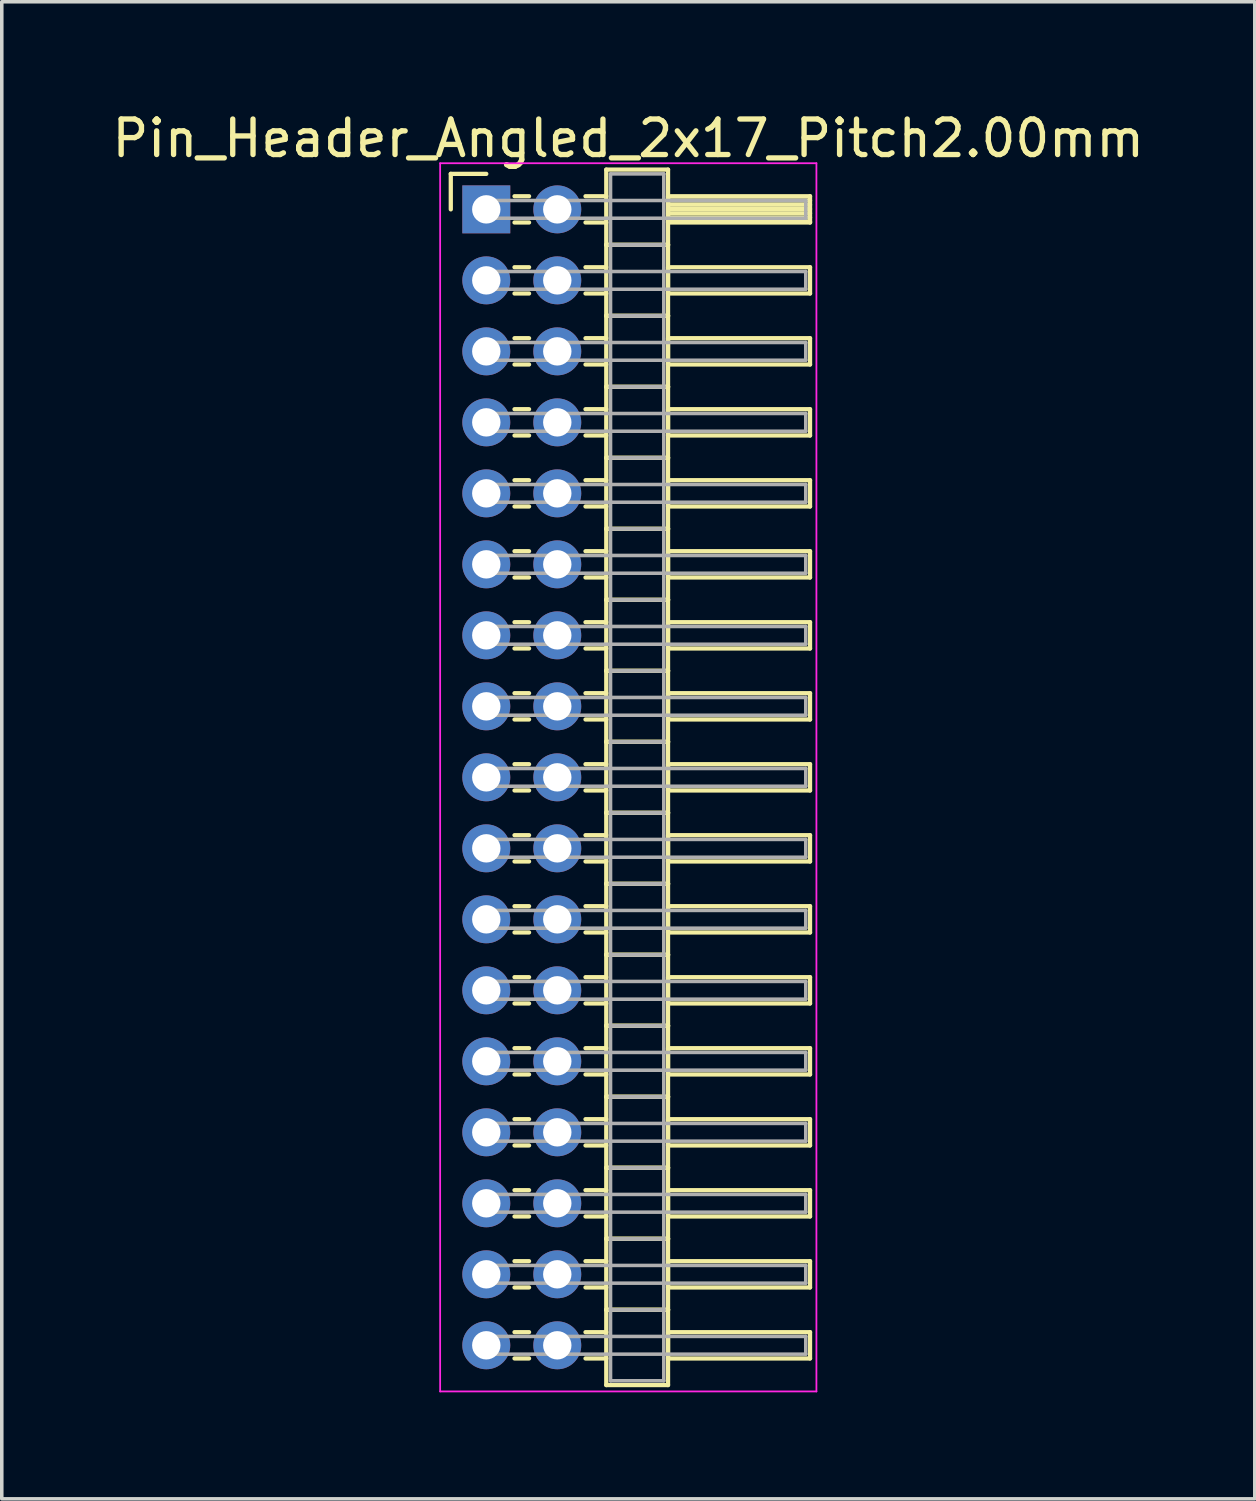
<source format=kicad_pcb>
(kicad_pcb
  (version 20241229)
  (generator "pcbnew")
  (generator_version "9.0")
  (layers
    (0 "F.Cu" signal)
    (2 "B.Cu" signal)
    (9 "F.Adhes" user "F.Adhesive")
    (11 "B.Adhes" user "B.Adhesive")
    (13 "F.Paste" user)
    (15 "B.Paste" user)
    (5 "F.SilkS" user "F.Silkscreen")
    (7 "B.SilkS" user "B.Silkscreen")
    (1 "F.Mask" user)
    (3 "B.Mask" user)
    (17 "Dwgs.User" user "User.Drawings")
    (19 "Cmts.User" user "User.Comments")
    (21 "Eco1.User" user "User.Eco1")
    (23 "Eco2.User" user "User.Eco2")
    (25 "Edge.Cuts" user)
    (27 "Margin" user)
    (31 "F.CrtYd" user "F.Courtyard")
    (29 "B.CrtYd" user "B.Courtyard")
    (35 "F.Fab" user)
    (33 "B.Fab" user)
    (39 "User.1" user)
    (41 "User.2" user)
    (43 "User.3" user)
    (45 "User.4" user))
  (footprint "Pin_Header_Angled_2x17_Pitch2.00mm"
    (layer "F.Cu")
    (at 10.649 2.848)
    (property "Reference" "Pin_Header_Angled_2x17_Pitch2.00mm" (at 4 -2 0) (layer "F.SilkS") (effects (font (size 1 1) (thickness 0.15))))
    (attr through_hole)
    (fp_line (start -1 -1) (end 0 -1) (stroke (width 0.12) (type solid)) (layer "F.SilkS"))
    (fp_line (start -1 0) (end -1 -1) (stroke (width 0.12) (type solid)) (layer "F.SilkS"))
    (fp_line (start 0.795 -0.37) (end 1.205 -0.37) (stroke (width 0.12) (type solid)) (layer "F.SilkS"))
    (fp_line (start 0.795 0.37) (end 1.205 0.37) (stroke (width 0.12) (type solid)) (layer "F.SilkS"))
    (fp_line (start 0.795 1.63) (end 1.205 1.63) (stroke (width 0.12) (type solid)) (layer "F.SilkS"))
    (fp_line (start 0.795 2.37) (end 1.205 2.37) (stroke (width 0.12) (type solid)) (layer "F.SilkS"))
    (fp_line (start 0.795 3.63) (end 1.205 3.63) (stroke (width 0.12) (type solid)) (layer "F.SilkS"))
    (fp_line (start 0.795 4.37) (end 1.205 4.37) (stroke (width 0.12) (type solid)) (layer "F.SilkS"))
    (fp_line (start 0.795 5.63) (end 1.205 5.63) (stroke (width 0.12) (type solid)) (layer "F.SilkS"))
    (fp_line (start 0.795 6.37) (end 1.205 6.37) (stroke (width 0.12) (type solid)) (layer "F.SilkS"))
    (fp_line (start 0.795 7.63) (end 1.205 7.63) (stroke (width 0.12) (type solid)) (layer "F.SilkS"))
    (fp_line (start 0.795 8.37) (end 1.205 8.37) (stroke (width 0.12) (type solid)) (layer "F.SilkS"))
    (fp_line (start 0.795 9.63) (end 1.205 9.63) (stroke (width 0.12) (type solid)) (layer "F.SilkS"))
    (fp_line (start 0.795 10.37) (end 1.205 10.37) (stroke (width 0.12) (type solid)) (layer "F.SilkS"))
    (fp_line (start 0.795 11.63) (end 1.205 11.63) (stroke (width 0.12) (type solid)) (layer "F.SilkS"))
    (fp_line (start 0.795 12.37) (end 1.205 12.37) (stroke (width 0.12) (type solid)) (layer "F.SilkS"))
    (fp_line (start 0.795 13.63) (end 1.205 13.63) (stroke (width 0.12) (type solid)) (layer "F.SilkS"))
    (fp_line (start 0.795 14.37) (end 1.205 14.37) (stroke (width 0.12) (type solid)) (layer "F.SilkS"))
    (fp_line (start 0.795 15.63) (end 1.205 15.63) (stroke (width 0.12) (type solid)) (layer "F.SilkS"))
    (fp_line (start 0.795 16.37) (end 1.205 16.37) (stroke (width 0.12) (type solid)) (layer "F.SilkS"))
    (fp_line (start 0.795 17.63) (end 1.205 17.63) (stroke (width 0.12) (type solid)) (layer "F.SilkS"))
    (fp_line (start 0.795 18.37) (end 1.205 18.37) (stroke (width 0.12) (type solid)) (layer "F.SilkS"))
    (fp_line (start 0.795 19.63) (end 1.205 19.63) (stroke (width 0.12) (type solid)) (layer "F.SilkS"))
    (fp_line (start 0.795 20.37) (end 1.205 20.37) (stroke (width 0.12) (type solid)) (layer "F.SilkS"))
    (fp_line (start 0.795 21.63) (end 1.205 21.63) (stroke (width 0.12) (type solid)) (layer "F.SilkS"))
    (fp_line (start 0.795 22.37) (end 1.205 22.37) (stroke (width 0.12) (type solid)) (layer "F.SilkS"))
    (fp_line (start 0.795 23.63) (end 1.205 23.63) (stroke (width 0.12) (type solid)) (layer "F.SilkS"))
    (fp_line (start 0.795 24.37) (end 1.205 24.37) (stroke (width 0.12) (type solid)) (layer "F.SilkS"))
    (fp_line (start 0.795 25.63) (end 1.205 25.63) (stroke (width 0.12) (type solid)) (layer "F.SilkS"))
    (fp_line (start 0.795 26.37) (end 1.205 26.37) (stroke (width 0.12) (type solid)) (layer "F.SilkS"))
    (fp_line (start 0.795 27.63) (end 1.205 27.63) (stroke (width 0.12) (type solid)) (layer "F.SilkS"))
    (fp_line (start 0.795 28.37) (end 1.205 28.37) (stroke (width 0.12) (type solid)) (layer "F.SilkS"))
    (fp_line (start 0.795 29.63) (end 1.205 29.63) (stroke (width 0.12) (type solid)) (layer "F.SilkS"))
    (fp_line (start 0.795 30.37) (end 1.205 30.37) (stroke (width 0.12) (type solid)) (layer "F.SilkS"))
    (fp_line (start 0.795 31.63) (end 1.205 31.63) (stroke (width 0.12) (type solid)) (layer "F.SilkS"))
    (fp_line (start 0.795 32.37) (end 1.205 32.37) (stroke (width 0.12) (type solid)) (layer "F.SilkS"))
    (fp_line (start 2.795 -0.37) (end 3.38 -0.37) (stroke (width 0.12) (type solid)) (layer "F.SilkS"))
    (fp_line (start 2.795 0.37) (end 3.38 0.37) (stroke (width 0.12) (type solid)) (layer "F.SilkS"))
    (fp_line (start 2.795 1.63) (end 3.38 1.63) (stroke (width 0.12) (type solid)) (layer "F.SilkS"))
    (fp_line (start 2.795 2.37) (end 3.38 2.37) (stroke (width 0.12) (type solid)) (layer "F.SilkS"))
    (fp_line (start 2.795 3.63) (end 3.38 3.63) (stroke (width 0.12) (type solid)) (layer "F.SilkS"))
    (fp_line (start 2.795 4.37) (end 3.38 4.37) (stroke (width 0.12) (type solid)) (layer "F.SilkS"))
    (fp_line (start 2.795 5.63) (end 3.38 5.63) (stroke (width 0.12) (type solid)) (layer "F.SilkS"))
    (fp_line (start 2.795 6.37) (end 3.38 6.37) (stroke (width 0.12) (type solid)) (layer "F.SilkS"))
    (fp_line (start 2.795 7.63) (end 3.38 7.63) (stroke (width 0.12) (type solid)) (layer "F.SilkS"))
    (fp_line (start 2.795 8.37) (end 3.38 8.37) (stroke (width 0.12) (type solid)) (layer "F.SilkS"))
    (fp_line (start 2.795 9.63) (end 3.38 9.63) (stroke (width 0.12) (type solid)) (layer "F.SilkS"))
    (fp_line (start 2.795 10.37) (end 3.38 10.37) (stroke (width 0.12) (type solid)) (layer "F.SilkS"))
    (fp_line (start 2.795 11.63) (end 3.38 11.63) (stroke (width 0.12) (type solid)) (layer "F.SilkS"))
    (fp_line (start 2.795 12.37) (end 3.38 12.37) (stroke (width 0.12) (type solid)) (layer "F.SilkS"))
    (fp_line (start 2.795 13.63) (end 3.38 13.63) (stroke (width 0.12) (type solid)) (layer "F.SilkS"))
    (fp_line (start 2.795 14.37) (end 3.38 14.37) (stroke (width 0.12) (type solid)) (layer "F.SilkS"))
    (fp_line (start 2.795 15.63) (end 3.38 15.63) (stroke (width 0.12) (type solid)) (layer "F.SilkS"))
    (fp_line (start 2.795 16.37) (end 3.38 16.37) (stroke (width 0.12) (type solid)) (layer "F.SilkS"))
    (fp_line (start 2.795 17.63) (end 3.38 17.63) (stroke (width 0.12) (type solid)) (layer "F.SilkS"))
    (fp_line (start 2.795 18.37) (end 3.38 18.37) (stroke (width 0.12) (type solid)) (layer "F.SilkS"))
    (fp_line (start 2.795 19.63) (end 3.38 19.63) (stroke (width 0.12) (type solid)) (layer "F.SilkS"))
    (fp_line (start 2.795 20.37) (end 3.38 20.37) (stroke (width 0.12) (type solid)) (layer "F.SilkS"))
    (fp_line (start 2.795 21.63) (end 3.38 21.63) (stroke (width 0.12) (type solid)) (layer "F.SilkS"))
    (fp_line (start 2.795 22.37) (end 3.38 22.37) (stroke (width 0.12) (type solid)) (layer "F.SilkS"))
    (fp_line (start 2.795 23.63) (end 3.38 23.63) (stroke (width 0.12) (type solid)) (layer "F.SilkS"))
    (fp_line (start 2.795 24.37) (end 3.38 24.37) (stroke (width 0.12) (type solid)) (layer "F.SilkS"))
    (fp_line (start 2.795 25.63) (end 3.38 25.63) (stroke (width 0.12) (type solid)) (layer "F.SilkS"))
    (fp_line (start 2.795 26.37) (end 3.38 26.37) (stroke (width 0.12) (type solid)) (layer "F.SilkS"))
    (fp_line (start 2.795 27.63) (end 3.38 27.63) (stroke (width 0.12) (type solid)) (layer "F.SilkS"))
    (fp_line (start 2.795 28.37) (end 3.38 28.37) (stroke (width 0.12) (type solid)) (layer "F.SilkS"))
    (fp_line (start 2.795 29.63) (end 3.38 29.63) (stroke (width 0.12) (type solid)) (layer "F.SilkS"))
    (fp_line (start 2.795 30.37) (end 3.38 30.37) (stroke (width 0.12) (type solid)) (layer "F.SilkS"))
    (fp_line (start 2.795 31.63) (end 3.38 31.63) (stroke (width 0.12) (type solid)) (layer "F.SilkS"))
    (fp_line (start 2.795 32.37) (end 3.38 32.37) (stroke (width 0.12) (type solid)) (layer "F.SilkS"))
    (fp_line (start 3.38 -1.12) (end 3.38 1) (stroke (width 0.12) (type solid)) (layer "F.SilkS"))
    (fp_line (start 3.38 1) (end 3.38 3) (stroke (width 0.12) (type solid)) (layer "F.SilkS"))
    (fp_line (start 3.38 1) (end 5.12 1) (stroke (width 0.12) (type solid)) (layer "F.SilkS"))
    (fp_line (start 3.38 3) (end 3.38 5) (stroke (width 0.12) (type solid)) (layer "F.SilkS"))
    (fp_line (start 3.38 3) (end 5.12 3) (stroke (width 0.12) (type solid)) (layer "F.SilkS"))
    (fp_line (start 3.38 5) (end 3.38 7) (stroke (width 0.12) (type solid)) (layer "F.SilkS"))
    (fp_line (start 3.38 5) (end 5.12 5) (stroke (width 0.12) (type solid)) (layer "F.SilkS"))
    (fp_line (start 3.38 7) (end 3.38 9) (stroke (width 0.12) (type solid)) (layer "F.SilkS"))
    (fp_line (start 3.38 7) (end 5.12 7) (stroke (width 0.12) (type solid)) (layer "F.SilkS"))
    (fp_line (start 3.38 9) (end 3.38 11) (stroke (width 0.12) (type solid)) (layer "F.SilkS"))
    (fp_line (start 3.38 9) (end 5.12 9) (stroke (width 0.12) (type solid)) (layer "F.SilkS"))
    (fp_line (start 3.38 11) (end 3.38 13) (stroke (width 0.12) (type solid)) (layer "F.SilkS"))
    (fp_line (start 3.38 11) (end 5.12 11) (stroke (width 0.12) (type solid)) (layer "F.SilkS"))
    (fp_line (start 3.38 13) (end 3.38 15) (stroke (width 0.12) (type solid)) (layer "F.SilkS"))
    (fp_line (start 3.38 13) (end 5.12 13) (stroke (width 0.12) (type solid)) (layer "F.SilkS"))
    (fp_line (start 3.38 15) (end 3.38 17) (stroke (width 0.12) (type solid)) (layer "F.SilkS"))
    (fp_line (start 3.38 15) (end 5.12 15) (stroke (width 0.12) (type solid)) (layer "F.SilkS"))
    (fp_line (start 3.38 17) (end 3.38 19) (stroke (width 0.12) (type solid)) (layer "F.SilkS"))
    (fp_line (start 3.38 17) (end 5.12 17) (stroke (width 0.12) (type solid)) (layer "F.SilkS"))
    (fp_line (start 3.38 19) (end 3.38 21) (stroke (width 0.12) (type solid)) (layer "F.SilkS"))
    (fp_line (start 3.38 19) (end 5.12 19) (stroke (width 0.12) (type solid)) (layer "F.SilkS"))
    (fp_line (start 3.38 21) (end 3.38 23) (stroke (width 0.12) (type solid)) (layer "F.SilkS"))
    (fp_line (start 3.38 21) (end 5.12 21) (stroke (width 0.12) (type solid)) (layer "F.SilkS"))
    (fp_line (start 3.38 23) (end 3.38 25) (stroke (width 0.12) (type solid)) (layer "F.SilkS"))
    (fp_line (start 3.38 23) (end 5.12 23) (stroke (width 0.12) (type solid)) (layer "F.SilkS"))
    (fp_line (start 3.38 25) (end 3.38 27) (stroke (width 0.12) (type solid)) (layer "F.SilkS"))
    (fp_line (start 3.38 25) (end 5.12 25) (stroke (width 0.12) (type solid)) (layer "F.SilkS"))
    (fp_line (start 3.38 27) (end 3.38 29) (stroke (width 0.12) (type solid)) (layer "F.SilkS"))
    (fp_line (start 3.38 27) (end 5.12 27) (stroke (width 0.12) (type solid)) (layer "F.SilkS"))
    (fp_line (start 3.38 29) (end 3.38 31) (stroke (width 0.12) (type solid)) (layer "F.SilkS"))
    (fp_line (start 3.38 29) (end 5.12 29) (stroke (width 0.12) (type solid)) (layer "F.SilkS"))
    (fp_line (start 3.38 31) (end 3.38 33.12) (stroke (width 0.12) (type solid)) (layer "F.SilkS"))
    (fp_line (start 3.38 31) (end 5.12 31) (stroke (width 0.12) (type solid)) (layer "F.SilkS"))
    (fp_line (start 3.38 33.12) (end 5.12 33.12) (stroke (width 0.12) (type solid)) (layer "F.SilkS"))
    (fp_line (start 5.12 -1.12) (end 3.38 -1.12) (stroke (width 0.12) (type solid)) (layer "F.SilkS"))
    (fp_line (start 5.12 -0.37) (end 5.12 0.37) (stroke (width 0.12) (type solid)) (layer "F.SilkS"))
    (fp_line (start 5.12 -0.25) (end 9.12 -0.25) (stroke (width 0.12) (type solid)) (layer "F.SilkS"))
    (fp_line (start 5.12 -0.13) (end 9.12 -0.13) (stroke (width 0.12) (type solid)) (layer "F.SilkS"))
    (fp_line (start 5.12 -0.01) (end 9.12 -0.01) (stroke (width 0.12) (type solid)) (layer "F.SilkS"))
    (fp_line (start 5.12 0.11) (end 9.12 0.11) (stroke (width 0.12) (type solid)) (layer "F.SilkS"))
    (fp_line (start 5.12 0.23) (end 9.12 0.23) (stroke (width 0.12) (type solid)) (layer "F.SilkS"))
    (fp_line (start 5.12 0.35) (end 9.12 0.35) (stroke (width 0.12) (type solid)) (layer "F.SilkS"))
    (fp_line (start 5.12 0.37) (end 9.12 0.37) (stroke (width 0.12) (type solid)) (layer "F.SilkS"))
    (fp_line (start 5.12 1) (end 3.38 1) (stroke (width 0.12) (type solid)) (layer "F.SilkS"))
    (fp_line (start 5.12 1) (end 5.12 -1.12) (stroke (width 0.12) (type solid)) (layer "F.SilkS"))
    (fp_line (start 5.12 1.63) (end 5.12 2.37) (stroke (width 0.12) (type solid)) (layer "F.SilkS"))
    (fp_line (start 5.12 2.37) (end 9.12 2.37) (stroke (width 0.12) (type solid)) (layer "F.SilkS"))
    (fp_line (start 5.12 3) (end 3.38 3) (stroke (width 0.12) (type solid)) (layer "F.SilkS"))
    (fp_line (start 5.12 3) (end 5.12 1) (stroke (width 0.12) (type solid)) (layer "F.SilkS"))
    (fp_line (start 5.12 3.63) (end 5.12 4.37) (stroke (width 0.12) (type solid)) (layer "F.SilkS"))
    (fp_line (start 5.12 4.37) (end 9.12 4.37) (stroke (width 0.12) (type solid)) (layer "F.SilkS"))
    (fp_line (start 5.12 5) (end 3.38 5) (stroke (width 0.12) (type solid)) (layer "F.SilkS"))
    (fp_line (start 5.12 5) (end 5.12 3) (stroke (width 0.12) (type solid)) (layer "F.SilkS"))
    (fp_line (start 5.12 5.63) (end 5.12 6.37) (stroke (width 0.12) (type solid)) (layer "F.SilkS"))
    (fp_line (start 5.12 6.37) (end 9.12 6.37) (stroke (width 0.12) (type solid)) (layer "F.SilkS"))
    (fp_line (start 5.12 7) (end 3.38 7) (stroke (width 0.12) (type solid)) (layer "F.SilkS"))
    (fp_line (start 5.12 7) (end 5.12 5) (stroke (width 0.12) (type solid)) (layer "F.SilkS"))
    (fp_line (start 5.12 7.63) (end 5.12 8.37) (stroke (width 0.12) (type solid)) (layer "F.SilkS"))
    (fp_line (start 5.12 8.37) (end 9.12 8.37) (stroke (width 0.12) (type solid)) (layer "F.SilkS"))
    (fp_line (start 5.12 9) (end 3.38 9) (stroke (width 0.12) (type solid)) (layer "F.SilkS"))
    (fp_line (start 5.12 9) (end 5.12 7) (stroke (width 0.12) (type solid)) (layer "F.SilkS"))
    (fp_line (start 5.12 9.63) (end 5.12 10.37) (stroke (width 0.12) (type solid)) (layer "F.SilkS"))
    (fp_line (start 5.12 10.37) (end 9.12 10.37) (stroke (width 0.12) (type solid)) (layer "F.SilkS"))
    (fp_line (start 5.12 11) (end 3.38 11) (stroke (width 0.12) (type solid)) (layer "F.SilkS"))
    (fp_line (start 5.12 11) (end 5.12 9) (stroke (width 0.12) (type solid)) (layer "F.SilkS"))
    (fp_line (start 5.12 11.63) (end 5.12 12.37) (stroke (width 0.12) (type solid)) (layer "F.SilkS"))
    (fp_line (start 5.12 12.37) (end 9.12 12.37) (stroke (width 0.12) (type solid)) (layer "F.SilkS"))
    (fp_line (start 5.12 13) (end 3.38 13) (stroke (width 0.12) (type solid)) (layer "F.SilkS"))
    (fp_line (start 5.12 13) (end 5.12 11) (stroke (width 0.12) (type solid)) (layer "F.SilkS"))
    (fp_line (start 5.12 13.63) (end 5.12 14.37) (stroke (width 0.12) (type solid)) (layer "F.SilkS"))
    (fp_line (start 5.12 14.37) (end 9.12 14.37) (stroke (width 0.12) (type solid)) (layer "F.SilkS"))
    (fp_line (start 5.12 15) (end 3.38 15) (stroke (width 0.12) (type solid)) (layer "F.SilkS"))
    (fp_line (start 5.12 15) (end 5.12 13) (stroke (width 0.12) (type solid)) (layer "F.SilkS"))
    (fp_line (start 5.12 15.63) (end 5.12 16.37) (stroke (width 0.12) (type solid)) (layer "F.SilkS"))
    (fp_line (start 5.12 16.37) (end 9.12 16.37) (stroke (width 0.12) (type solid)) (layer "F.SilkS"))
    (fp_line (start 5.12 17) (end 3.38 17) (stroke (width 0.12) (type solid)) (layer "F.SilkS"))
    (fp_line (start 5.12 17) (end 5.12 15) (stroke (width 0.12) (type solid)) (layer "F.SilkS"))
    (fp_line (start 5.12 17.63) (end 5.12 18.37) (stroke (width 0.12) (type solid)) (layer "F.SilkS"))
    (fp_line (start 5.12 18.37) (end 9.12 18.37) (stroke (width 0.12) (type solid)) (layer "F.SilkS"))
    (fp_line (start 5.12 19) (end 3.38 19) (stroke (width 0.12) (type solid)) (layer "F.SilkS"))
    (fp_line (start 5.12 19) (end 5.12 17) (stroke (width 0.12) (type solid)) (layer "F.SilkS"))
    (fp_line (start 5.12 19.63) (end 5.12 20.37) (stroke (width 0.12) (type solid)) (layer "F.SilkS"))
    (fp_line (start 5.12 20.37) (end 9.12 20.37) (stroke (width 0.12) (type solid)) (layer "F.SilkS"))
    (fp_line (start 5.12 21) (end 3.38 21) (stroke (width 0.12) (type solid)) (layer "F.SilkS"))
    (fp_line (start 5.12 21) (end 5.12 19) (stroke (width 0.12) (type solid)) (layer "F.SilkS"))
    (fp_line (start 5.12 21.63) (end 5.12 22.37) (stroke (width 0.12) (type solid)) (layer "F.SilkS"))
    (fp_line (start 5.12 22.37) (end 9.12 22.37) (stroke (width 0.12) (type solid)) (layer "F.SilkS"))
    (fp_line (start 5.12 23) (end 3.38 23) (stroke (width 0.12) (type solid)) (layer "F.SilkS"))
    (fp_line (start 5.12 23) (end 5.12 21) (stroke (width 0.12) (type solid)) (layer "F.SilkS"))
    (fp_line (start 5.12 23.63) (end 5.12 24.37) (stroke (width 0.12) (type solid)) (layer "F.SilkS"))
    (fp_line (start 5.12 24.37) (end 9.12 24.37) (stroke (width 0.12) (type solid)) (layer "F.SilkS"))
    (fp_line (start 5.12 25) (end 3.38 25) (stroke (width 0.12) (type solid)) (layer "F.SilkS"))
    (fp_line (start 5.12 25) (end 5.12 23) (stroke (width 0.12) (type solid)) (layer "F.SilkS"))
    (fp_line (start 5.12 25.63) (end 5.12 26.37) (stroke (width 0.12) (type solid)) (layer "F.SilkS"))
    (fp_line (start 5.12 26.37) (end 9.12 26.37) (stroke (width 0.12) (type solid)) (layer "F.SilkS"))
    (fp_line (start 5.12 27) (end 3.38 27) (stroke (width 0.12) (type solid)) (layer "F.SilkS"))
    (fp_line (start 5.12 27) (end 5.12 25) (stroke (width 0.12) (type solid)) (layer "F.SilkS"))
    (fp_line (start 5.12 27.63) (end 5.12 28.37) (stroke (width 0.12) (type solid)) (layer "F.SilkS"))
    (fp_line (start 5.12 28.37) (end 9.12 28.37) (stroke (width 0.12) (type solid)) (layer "F.SilkS"))
    (fp_line (start 5.12 29) (end 3.38 29) (stroke (width 0.12) (type solid)) (layer "F.SilkS"))
    (fp_line (start 5.12 29) (end 5.12 27) (stroke (width 0.12) (type solid)) (layer "F.SilkS"))
    (fp_line (start 5.12 29.63) (end 5.12 30.37) (stroke (width 0.12) (type solid)) (layer "F.SilkS"))
    (fp_line (start 5.12 30.37) (end 9.12 30.37) (stroke (width 0.12) (type solid)) (layer "F.SilkS"))
    (fp_line (start 5.12 31) (end 3.38 31) (stroke (width 0.12) (type solid)) (layer "F.SilkS"))
    (fp_line (start 5.12 31) (end 5.12 29) (stroke (width 0.12) (type solid)) (layer "F.SilkS"))
    (fp_line (start 5.12 31.63) (end 5.12 32.37) (stroke (width 0.12) (type solid)) (layer "F.SilkS"))
    (fp_line (start 5.12 32.37) (end 9.12 32.37) (stroke (width 0.12) (type solid)) (layer "F.SilkS"))
    (fp_line (start 5.12 33.12) (end 5.12 31) (stroke (width 0.12) (type solid)) (layer "F.SilkS"))
    (fp_line (start 9.12 -0.37) (end 5.12 -0.37) (stroke (width 0.12) (type solid)) (layer "F.SilkS"))
    (fp_line (start 9.12 0.37) (end 9.12 -0.37) (stroke (width 0.12) (type solid)) (layer "F.SilkS"))
    (fp_line (start 9.12 1.63) (end 5.12 1.63) (stroke (width 0.12) (type solid)) (layer "F.SilkS"))
    (fp_line (start 9.12 2.37) (end 9.12 1.63) (stroke (width 0.12) (type solid)) (layer "F.SilkS"))
    (fp_line (start 9.12 3.63) (end 5.12 3.63) (stroke (width 0.12) (type solid)) (layer "F.SilkS"))
    (fp_line (start 9.12 4.37) (end 9.12 3.63) (stroke (width 0.12) (type solid)) (layer "F.SilkS"))
    (fp_line (start 9.12 5.63) (end 5.12 5.63) (stroke (width 0.12) (type solid)) (layer "F.SilkS"))
    (fp_line (start 9.12 6.37) (end 9.12 5.63) (stroke (width 0.12) (type solid)) (layer "F.SilkS"))
    (fp_line (start 9.12 7.63) (end 5.12 7.63) (stroke (width 0.12) (type solid)) (layer "F.SilkS"))
    (fp_line (start 9.12 8.37) (end 9.12 7.63) (stroke (width 0.12) (type solid)) (layer "F.SilkS"))
    (fp_line (start 9.12 9.63) (end 5.12 9.63) (stroke (width 0.12) (type solid)) (layer "F.SilkS"))
    (fp_line (start 9.12 10.37) (end 9.12 9.63) (stroke (width 0.12) (type solid)) (layer "F.SilkS"))
    (fp_line (start 9.12 11.63) (end 5.12 11.63) (stroke (width 0.12) (type solid)) (layer "F.SilkS"))
    (fp_line (start 9.12 12.37) (end 9.12 11.63) (stroke (width 0.12) (type solid)) (layer "F.SilkS"))
    (fp_line (start 9.12 13.63) (end 5.12 13.63) (stroke (width 0.12) (type solid)) (layer "F.SilkS"))
    (fp_line (start 9.12 14.37) (end 9.12 13.63) (stroke (width 0.12) (type solid)) (layer "F.SilkS"))
    (fp_line (start 9.12 15.63) (end 5.12 15.63) (stroke (width 0.12) (type solid)) (layer "F.SilkS"))
    (fp_line (start 9.12 16.37) (end 9.12 15.63) (stroke (width 0.12) (type solid)) (layer "F.SilkS"))
    (fp_line (start 9.12 17.63) (end 5.12 17.63) (stroke (width 0.12) (type solid)) (layer "F.SilkS"))
    (fp_line (start 9.12 18.37) (end 9.12 17.63) (stroke (width 0.12) (type solid)) (layer "F.SilkS"))
    (fp_line (start 9.12 19.63) (end 5.12 19.63) (stroke (width 0.12) (type solid)) (layer "F.SilkS"))
    (fp_line (start 9.12 20.37) (end 9.12 19.63) (stroke (width 0.12) (type solid)) (layer "F.SilkS"))
    (fp_line (start 9.12 21.63) (end 5.12 21.63) (stroke (width 0.12) (type solid)) (layer "F.SilkS"))
    (fp_line (start 9.12 22.37) (end 9.12 21.63) (stroke (width 0.12) (type solid)) (layer "F.SilkS"))
    (fp_line (start 9.12 23.63) (end 5.12 23.63) (stroke (width 0.12) (type solid)) (layer "F.SilkS"))
    (fp_line (start 9.12 24.37) (end 9.12 23.63) (stroke (width 0.12) (type solid)) (layer "F.SilkS"))
    (fp_line (start 9.12 25.63) (end 5.12 25.63) (stroke (width 0.12) (type solid)) (layer "F.SilkS"))
    (fp_line (start 9.12 26.37) (end 9.12 25.63) (stroke (width 0.12) (type solid)) (layer "F.SilkS"))
    (fp_line (start 9.12 27.63) (end 5.12 27.63) (stroke (width 0.12) (type solid)) (layer "F.SilkS"))
    (fp_line (start 9.12 28.37) (end 9.12 27.63) (stroke (width 0.12) (type solid)) (layer "F.SilkS"))
    (fp_line (start 9.12 29.63) (end 5.12 29.63) (stroke (width 0.12) (type solid)) (layer "F.SilkS"))
    (fp_line (start 9.12 30.37) (end 9.12 29.63) (stroke (width 0.12) (type solid)) (layer "F.SilkS"))
    (fp_line (start 9.12 31.63) (end 5.12 31.63) (stroke (width 0.12) (type solid)) (layer "F.SilkS"))
    (fp_line (start 9.12 32.37) (end 9.12 31.63) (stroke (width 0.12) (type solid)) (layer "F.SilkS"))
    (fp_line (start -1.3 -1.3) (end -1.3 33.3) (stroke (width 0.05) (type solid)) (layer "F.CrtYd"))
    (fp_line (start -1.3 33.3) (end 9.3 33.3) (stroke (width 0.05) (type solid)) (layer "F.CrtYd"))
    (fp_line (start 9.3 -1.3) (end -1.3 -1.3) (stroke (width 0.05) (type solid)) (layer "F.CrtYd"))
    (fp_line (start 9.3 33.3) (end 9.3 -1.3) (stroke (width 0.05) (type solid)) (layer "F.CrtYd"))
    (fp_line (start 0 -0.25) (end 0 0.25) (stroke (width 0.1) (type solid)) (layer "F.Fab"))
    (fp_line (start 0 0.25) (end 9 0.25) (stroke (width 0.1) (type solid)) (layer "F.Fab"))
    (fp_line (start 0 1.75) (end 0 2.25) (stroke (width 0.1) (type solid)) (layer "F.Fab"))
    (fp_line (start 0 2.25) (end 9 2.25) (stroke (width 0.1) (type solid)) (layer "F.Fab"))
    (fp_line (start 0 3.75) (end 0 4.25) (stroke (width 0.1) (type solid)) (layer "F.Fab"))
    (fp_line (start 0 4.25) (end 9 4.25) (stroke (width 0.1) (type solid)) (layer "F.Fab"))
    (fp_line (start 0 5.75) (end 0 6.25) (stroke (width 0.1) (type solid)) (layer "F.Fab"))
    (fp_line (start 0 6.25) (end 9 6.25) (stroke (width 0.1) (type solid)) (layer "F.Fab"))
    (fp_line (start 0 7.75) (end 0 8.25) (stroke (width 0.1) (type solid)) (layer "F.Fab"))
    (fp_line (start 0 8.25) (end 9 8.25) (stroke (width 0.1) (type solid)) (layer "F.Fab"))
    (fp_line (start 0 9.75) (end 0 10.25) (stroke (width 0.1) (type solid)) (layer "F.Fab"))
    (fp_line (start 0 10.25) (end 9 10.25) (stroke (width 0.1) (type solid)) (layer "F.Fab"))
    (fp_line (start 0 11.75) (end 0 12.25) (stroke (width 0.1) (type solid)) (layer "F.Fab"))
    (fp_line (start 0 12.25) (end 9 12.25) (stroke (width 0.1) (type solid)) (layer "F.Fab"))
    (fp_line (start 0 13.75) (end 0 14.25) (stroke (width 0.1) (type solid)) (layer "F.Fab"))
    (fp_line (start 0 14.25) (end 9 14.25) (stroke (width 0.1) (type solid)) (layer "F.Fab"))
    (fp_line (start 0 15.75) (end 0 16.25) (stroke (width 0.1) (type solid)) (layer "F.Fab"))
    (fp_line (start 0 16.25) (end 9 16.25) (stroke (width 0.1) (type solid)) (layer "F.Fab"))
    (fp_line (start 0 17.75) (end 0 18.25) (stroke (width 0.1) (type solid)) (layer "F.Fab"))
    (fp_line (start 0 18.25) (end 9 18.25) (stroke (width 0.1) (type solid)) (layer "F.Fab"))
    (fp_line (start 0 19.75) (end 0 20.25) (stroke (width 0.1) (type solid)) (layer "F.Fab"))
    (fp_line (start 0 20.25) (end 9 20.25) (stroke (width 0.1) (type solid)) (layer "F.Fab"))
    (fp_line (start 0 21.75) (end 0 22.25) (stroke (width 0.1) (type solid)) (layer "F.Fab"))
    (fp_line (start 0 22.25) (end 9 22.25) (stroke (width 0.1) (type solid)) (layer "F.Fab"))
    (fp_line (start 0 23.75) (end 0 24.25) (stroke (width 0.1) (type solid)) (layer "F.Fab"))
    (fp_line (start 0 24.25) (end 9 24.25) (stroke (width 0.1) (type solid)) (layer "F.Fab"))
    (fp_line (start 0 25.75) (end 0 26.25) (stroke (width 0.1) (type solid)) (layer "F.Fab"))
    (fp_line (start 0 26.25) (end 9 26.25) (stroke (width 0.1) (type solid)) (layer "F.Fab"))
    (fp_line (start 0 27.75) (end 0 28.25) (stroke (width 0.1) (type solid)) (layer "F.Fab"))
    (fp_line (start 0 28.25) (end 9 28.25) (stroke (width 0.1) (type solid)) (layer "F.Fab"))
    (fp_line (start 0 29.75) (end 0 30.25) (stroke (width 0.1) (type solid)) (layer "F.Fab"))
    (fp_line (start 0 30.25) (end 9 30.25) (stroke (width 0.1) (type solid)) (layer "F.Fab"))
    (fp_line (start 0 31.75) (end 0 32.25) (stroke (width 0.1) (type solid)) (layer "F.Fab"))
    (fp_line (start 0 32.25) (end 9 32.25) (stroke (width 0.1) (type solid)) (layer "F.Fab"))
    (fp_line (start 3.5 -1) (end 3.5 1) (stroke (width 0.1) (type solid)) (layer "F.Fab"))
    (fp_line (start 3.5 1) (end 3.5 3) (stroke (width 0.1) (type solid)) (layer "F.Fab"))
    (fp_line (start 3.5 1) (end 5 1) (stroke (width 0.1) (type solid)) (layer "F.Fab"))
    (fp_line (start 3.5 3) (end 3.5 5) (stroke (width 0.1) (type solid)) (layer "F.Fab"))
    (fp_line (start 3.5 3) (end 5 3) (stroke (width 0.1) (type solid)) (layer "F.Fab"))
    (fp_line (start 3.5 5) (end 3.5 7) (stroke (width 0.1) (type solid)) (layer "F.Fab"))
    (fp_line (start 3.5 5) (end 5 5) (stroke (width 0.1) (type solid)) (layer "F.Fab"))
    (fp_line (start 3.5 7) (end 3.5 9) (stroke (width 0.1) (type solid)) (layer "F.Fab"))
    (fp_line (start 3.5 7) (end 5 7) (stroke (width 0.1) (type solid)) (layer "F.Fab"))
    (fp_line (start 3.5 9) (end 3.5 11) (stroke (width 0.1) (type solid)) (layer "F.Fab"))
    (fp_line (start 3.5 9) (end 5 9) (stroke (width 0.1) (type solid)) (layer "F.Fab"))
    (fp_line (start 3.5 11) (end 3.5 13) (stroke (width 0.1) (type solid)) (layer "F.Fab"))
    (fp_line (start 3.5 11) (end 5 11) (stroke (width 0.1) (type solid)) (layer "F.Fab"))
    (fp_line (start 3.5 13) (end 3.5 15) (stroke (width 0.1) (type solid)) (layer "F.Fab"))
    (fp_line (start 3.5 13) (end 5 13) (stroke (width 0.1) (type solid)) (layer "F.Fab"))
    (fp_line (start 3.5 15) (end 3.5 17) (stroke (width 0.1) (type solid)) (layer "F.Fab"))
    (fp_line (start 3.5 15) (end 5 15) (stroke (width 0.1) (type solid)) (layer "F.Fab"))
    (fp_line (start 3.5 17) (end 3.5 19) (stroke (width 0.1) (type solid)) (layer "F.Fab"))
    (fp_line (start 3.5 17) (end 5 17) (stroke (width 0.1) (type solid)) (layer "F.Fab"))
    (fp_line (start 3.5 19) (end 3.5 21) (stroke (width 0.1) (type solid)) (layer "F.Fab"))
    (fp_line (start 3.5 19) (end 5 19) (stroke (width 0.1) (type solid)) (layer "F.Fab"))
    (fp_line (start 3.5 21) (end 3.5 23) (stroke (width 0.1) (type solid)) (layer "F.Fab"))
    (fp_line (start 3.5 21) (end 5 21) (stroke (width 0.1) (type solid)) (layer "F.Fab"))
    (fp_line (start 3.5 23) (end 3.5 25) (stroke (width 0.1) (type solid)) (layer "F.Fab"))
    (fp_line (start 3.5 23) (end 5 23) (stroke (width 0.1) (type solid)) (layer "F.Fab"))
    (fp_line (start 3.5 25) (end 3.5 27) (stroke (width 0.1) (type solid)) (layer "F.Fab"))
    (fp_line (start 3.5 25) (end 5 25) (stroke (width 0.1) (type solid)) (layer "F.Fab"))
    (fp_line (start 3.5 27) (end 3.5 29) (stroke (width 0.1) (type solid)) (layer "F.Fab"))
    (fp_line (start 3.5 27) (end 5 27) (stroke (width 0.1) (type solid)) (layer "F.Fab"))
    (fp_line (start 3.5 29) (end 3.5 31) (stroke (width 0.1) (type solid)) (layer "F.Fab"))
    (fp_line (start 3.5 29) (end 5 29) (stroke (width 0.1) (type solid)) (layer "F.Fab"))
    (fp_line (start 3.5 31) (end 3.5 33) (stroke (width 0.1) (type solid)) (layer "F.Fab"))
    (fp_line (start 3.5 31) (end 5 31) (stroke (width 0.1) (type solid)) (layer "F.Fab"))
    (fp_line (start 3.5 33) (end 5 33) (stroke (width 0.1) (type solid)) (layer "F.Fab"))
    (fp_line (start 5 -1) (end 3.5 -1) (stroke (width 0.1) (type solid)) (layer "F.Fab"))
    (fp_line (start 5 1) (end 3.5 1) (stroke (width 0.1) (type solid)) (layer "F.Fab"))
    (fp_line (start 5 1) (end 5 -1) (stroke (width 0.1) (type solid)) (layer "F.Fab"))
    (fp_line (start 5 3) (end 3.5 3) (stroke (width 0.1) (type solid)) (layer "F.Fab"))
    (fp_line (start 5 3) (end 5 1) (stroke (width 0.1) (type solid)) (layer "F.Fab"))
    (fp_line (start 5 5) (end 3.5 5) (stroke (width 0.1) (type solid)) (layer "F.Fab"))
    (fp_line (start 5 5) (end 5 3) (stroke (width 0.1) (type solid)) (layer "F.Fab"))
    (fp_line (start 5 7) (end 3.5 7) (stroke (width 0.1) (type solid)) (layer "F.Fab"))
    (fp_line (start 5 7) (end 5 5) (stroke (width 0.1) (type solid)) (layer "F.Fab"))
    (fp_line (start 5 9) (end 3.5 9) (stroke (width 0.1) (type solid)) (layer "F.Fab"))
    (fp_line (start 5 9) (end 5 7) (stroke (width 0.1) (type solid)) (layer "F.Fab"))
    (fp_line (start 5 11) (end 3.5 11) (stroke (width 0.1) (type solid)) (layer "F.Fab"))
    (fp_line (start 5 11) (end 5 9) (stroke (width 0.1) (type solid)) (layer "F.Fab"))
    (fp_line (start 5 13) (end 3.5 13) (stroke (width 0.1) (type solid)) (layer "F.Fab"))
    (fp_line (start 5 13) (end 5 11) (stroke (width 0.1) (type solid)) (layer "F.Fab"))
    (fp_line (start 5 15) (end 3.5 15) (stroke (width 0.1) (type solid)) (layer "F.Fab"))
    (fp_line (start 5 15) (end 5 13) (stroke (width 0.1) (type solid)) (layer "F.Fab"))
    (fp_line (start 5 17) (end 3.5 17) (stroke (width 0.1) (type solid)) (layer "F.Fab"))
    (fp_line (start 5 17) (end 5 15) (stroke (width 0.1) (type solid)) (layer "F.Fab"))
    (fp_line (start 5 19) (end 3.5 19) (stroke (width 0.1) (type solid)) (layer "F.Fab"))
    (fp_line (start 5 19) (end 5 17) (stroke (width 0.1) (type solid)) (layer "F.Fab"))
    (fp_line (start 5 21) (end 3.5 21) (stroke (width 0.1) (type solid)) (layer "F.Fab"))
    (fp_line (start 5 21) (end 5 19) (stroke (width 0.1) (type solid)) (layer "F.Fab"))
    (fp_line (start 5 23) (end 3.5 23) (stroke (width 0.1) (type solid)) (layer "F.Fab"))
    (fp_line (start 5 23) (end 5 21) (stroke (width 0.1) (type solid)) (layer "F.Fab"))
    (fp_line (start 5 25) (end 3.5 25) (stroke (width 0.1) (type solid)) (layer "F.Fab"))
    (fp_line (start 5 25) (end 5 23) (stroke (width 0.1) (type solid)) (layer "F.Fab"))
    (fp_line (start 5 27) (end 3.5 27) (stroke (width 0.1) (type solid)) (layer "F.Fab"))
    (fp_line (start 5 27) (end 5 25) (stroke (width 0.1) (type solid)) (layer "F.Fab"))
    (fp_line (start 5 29) (end 3.5 29) (stroke (width 0.1) (type solid)) (layer "F.Fab"))
    (fp_line (start 5 29) (end 5 27) (stroke (width 0.1) (type solid)) (layer "F.Fab"))
    (fp_line (start 5 31) (end 3.5 31) (stroke (width 0.1) (type solid)) (layer "F.Fab"))
    (fp_line (start 5 31) (end 5 29) (stroke (width 0.1) (type solid)) (layer "F.Fab"))
    (fp_line (start 5 33) (end 5 31) (stroke (width 0.1) (type solid)) (layer "F.Fab"))
    (fp_line (start 9 -0.25) (end 0 -0.25) (stroke (width 0.1) (type solid)) (layer "F.Fab"))
    (fp_line (start 9 0.25) (end 9 -0.25) (stroke (width 0.1) (type solid)) (layer "F.Fab"))
    (fp_line (start 9 1.75) (end 0 1.75) (stroke (width 0.1) (type solid)) (layer "F.Fab"))
    (fp_line (start 9 2.25) (end 9 1.75) (stroke (width 0.1) (type solid)) (layer "F.Fab"))
    (fp_line (start 9 3.75) (end 0 3.75) (stroke (width 0.1) (type solid)) (layer "F.Fab"))
    (fp_line (start 9 4.25) (end 9 3.75) (stroke (width 0.1) (type solid)) (layer "F.Fab"))
    (fp_line (start 9 5.75) (end 0 5.75) (stroke (width 0.1) (type solid)) (layer "F.Fab"))
    (fp_line (start 9 6.25) (end 9 5.75) (stroke (width 0.1) (type solid)) (layer "F.Fab"))
    (fp_line (start 9 7.75) (end 0 7.75) (stroke (width 0.1) (type solid)) (layer "F.Fab"))
    (fp_line (start 9 8.25) (end 9 7.75) (stroke (width 0.1) (type solid)) (layer "F.Fab"))
    (fp_line (start 9 9.75) (end 0 9.75) (stroke (width 0.1) (type solid)) (layer "F.Fab"))
    (fp_line (start 9 10.25) (end 9 9.75) (stroke (width 0.1) (type solid)) (layer "F.Fab"))
    (fp_line (start 9 11.75) (end 0 11.75) (stroke (width 0.1) (type solid)) (layer "F.Fab"))
    (fp_line (start 9 12.25) (end 9 11.75) (stroke (width 0.1) (type solid)) (layer "F.Fab"))
    (fp_line (start 9 13.75) (end 0 13.75) (stroke (width 0.1) (type solid)) (layer "F.Fab"))
    (fp_line (start 9 14.25) (end 9 13.75) (stroke (width 0.1) (type solid)) (layer "F.Fab"))
    (fp_line (start 9 15.75) (end 0 15.75) (stroke (width 0.1) (type solid)) (layer "F.Fab"))
    (fp_line (start 9 16.25) (end 9 15.75) (stroke (width 0.1) (type solid)) (layer "F.Fab"))
    (fp_line (start 9 17.75) (end 0 17.75) (stroke (width 0.1) (type solid)) (layer "F.Fab"))
    (fp_line (start 9 18.25) (end 9 17.75) (stroke (width 0.1) (type solid)) (layer "F.Fab"))
    (fp_line (start 9 19.75) (end 0 19.75) (stroke (width 0.1) (type solid)) (layer "F.Fab"))
    (fp_line (start 9 20.25) (end 9 19.75) (stroke (width 0.1) (type solid)) (layer "F.Fab"))
    (fp_line (start 9 21.75) (end 0 21.75) (stroke (width 0.1) (type solid)) (layer "F.Fab"))
    (fp_line (start 9 22.25) (end 9 21.75) (stroke (width 0.1) (type solid)) (layer "F.Fab"))
    (fp_line (start 9 23.75) (end 0 23.75) (stroke (width 0.1) (type solid)) (layer "F.Fab"))
    (fp_line (start 9 24.25) (end 9 23.75) (stroke (width 0.1) (type solid)) (layer "F.Fab"))
    (fp_line (start 9 25.75) (end 0 25.75) (stroke (width 0.1) (type solid)) (layer "F.Fab"))
    (fp_line (start 9 26.25) (end 9 25.75) (stroke (width 0.1) (type solid)) (layer "F.Fab"))
    (fp_line (start 9 27.75) (end 0 27.75) (stroke (width 0.1) (type solid)) (layer "F.Fab"))
    (fp_line (start 9 28.25) (end 9 27.75) (stroke (width 0.1) (type solid)) (layer "F.Fab"))
    (fp_line (start 9 29.75) (end 0 29.75) (stroke (width 0.1) (type solid)) (layer "F.Fab"))
    (fp_line (start 9 30.25) (end 9 29.75) (stroke (width 0.1) (type solid)) (layer "F.Fab"))
    (fp_line (start 9 31.75) (end 0 31.75) (stroke (width 0.1) (type solid)) (layer "F.Fab"))
    (fp_line (start 9 32.25) (end 9 31.75) (stroke (width 0.1) (type solid)) (layer "F.Fab"))
    (pad "1" thru_hole rect (at 0 0) (size 1.35 1.35) (drill 0.8) (layers "*.Cu" "*.Mask"))
    (pad "2" thru_hole oval (at 2 0) (size 1.35 1.35) (drill 0.8) (layers "*.Cu" "*.Mask"))
    (pad "3" thru_hole oval (at 0 2) (size 1.35 1.35) (drill 0.8) (layers "*.Cu" "*.Mask"))
    (pad "4" thru_hole oval (at 2 2) (size 1.35 1.35) (drill 0.8) (layers "*.Cu" "*.Mask"))
    (pad "5" thru_hole oval (at 0 4) (size 1.35 1.35) (drill 0.8) (layers "*.Cu" "*.Mask"))
    (pad "6" thru_hole oval (at 2 4) (size 1.35 1.35) (drill 0.8) (layers "*.Cu" "*.Mask"))
    (pad "7" thru_hole oval (at 0 6) (size 1.35 1.35) (drill 0.8) (layers "*.Cu" "*.Mask"))
    (pad "8" thru_hole oval (at 2 6) (size 1.35 1.35) (drill 0.8) (layers "*.Cu" "*.Mask"))
    (pad "9" thru_hole oval (at 0 8) (size 1.35 1.35) (drill 0.8) (layers "*.Cu" "*.Mask"))
    (pad "10" thru_hole oval (at 2 8) (size 1.35 1.35) (drill 0.8) (layers "*.Cu" "*.Mask"))
    (pad "11" thru_hole oval (at 0 10) (size 1.35 1.35) (drill 0.8) (layers "*.Cu" "*.Mask"))
    (pad "12" thru_hole oval (at 2 10) (size 1.35 1.35) (drill 0.8) (layers "*.Cu" "*.Mask"))
    (pad "13" thru_hole oval (at 0 12) (size 1.35 1.35) (drill 0.8) (layers "*.Cu" "*.Mask"))
    (pad "14" thru_hole oval (at 2 12) (size 1.35 1.35) (drill 0.8) (layers "*.Cu" "*.Mask"))
    (pad "15" thru_hole oval (at 0 14) (size 1.35 1.35) (drill 0.8) (layers "*.Cu" "*.Mask"))
    (pad "16" thru_hole oval (at 2 14) (size 1.35 1.35) (drill 0.8) (layers "*.Cu" "*.Mask"))
    (pad "17" thru_hole oval (at 0 16) (size 1.35 1.35) (drill 0.8) (layers "*.Cu" "*.Mask"))
    (pad "18" thru_hole oval (at 2 16) (size 1.35 1.35) (drill 0.8) (layers "*.Cu" "*.Mask"))
    (pad "19" thru_hole oval (at 0 18) (size 1.35 1.35) (drill 0.8) (layers "*.Cu" "*.Mask"))
    (pad "20" thru_hole oval (at 2 18) (size 1.35 1.35) (drill 0.8) (layers "*.Cu" "*.Mask"))
    (pad "21" thru_hole oval (at 0 20) (size 1.35 1.35) (drill 0.8) (layers "*.Cu" "*.Mask"))
    (pad "22" thru_hole oval (at 2 20) (size 1.35 1.35) (drill 0.8) (layers "*.Cu" "*.Mask"))
    (pad "23" thru_hole oval (at 0 22) (size 1.35 1.35) (drill 0.8) (layers "*.Cu" "*.Mask"))
    (pad "24" thru_hole oval (at 2 22) (size 1.35 1.35) (drill 0.8) (layers "*.Cu" "*.Mask"))
    (pad "25" thru_hole oval (at 0 24) (size 1.35 1.35) (drill 0.8) (layers "*.Cu" "*.Mask"))
    (pad "26" thru_hole oval (at 2 24) (size 1.35 1.35) (drill 0.8) (layers "*.Cu" "*.Mask"))
    (pad "27" thru_hole oval (at 0 26) (size 1.35 1.35) (drill 0.8) (layers "*.Cu" "*.Mask"))
    (pad "28" thru_hole oval (at 2 26) (size 1.35 1.35) (drill 0.8) (layers "*.Cu" "*.Mask"))
    (pad "29" thru_hole oval (at 0 28) (size 1.35 1.35) (drill 0.8) (layers "*.Cu" "*.Mask"))
    (pad "30" thru_hole oval (at 2 28) (size 1.35 1.35) (drill 0.8) (layers "*.Cu" "*.Mask"))
    (pad "31" thru_hole oval (at 0 30) (size 1.35 1.35) (drill 0.8) (layers "*.Cu" "*.Mask"))
    (pad "32" thru_hole oval (at 2 30) (size 1.35 1.35) (drill 0.8) (layers "*.Cu" "*.Mask"))
    (pad "33" thru_hole oval (at 0 32) (size 1.35 1.35) (drill 0.8) (layers "*.Cu" "*.Mask"))
    (pad "34" thru_hole oval (at 2 32) (size 1.35 1.35) (drill 0.8) (layers "*.Cu" "*.Mask")))
  (gr_rect
    (start -3 -3)
    (end 32.298 39.173)
    (stroke (width 0.1) (type default))
    (fill no)
    (layer "Edge.Cuts")))
</source>
